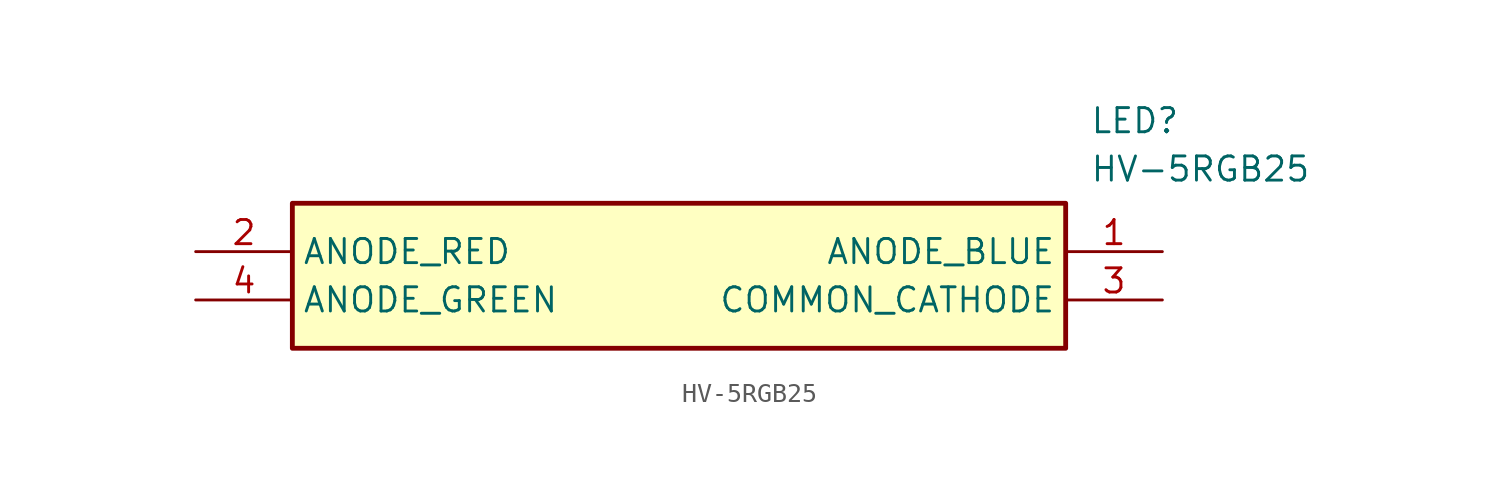
<source format=kicad_sym>
(kicad_symbol_lib
  (version 20211014)
  (generator SamacSys_ECAD_Model)
  (symbol "HV-5RGB25"
    (property "Reference" "LED"
      (at 46.99 7.62 0)
      (effects (font (size 1.27 1.27)) (justify left top)))
    (property "Value" "HV-5RGB25"
      (at 46.99 5.08 0)
      (effects (font (size 1.27 1.27)) (justify left top)))
    (rectangle
      (start 5.08 2.54)
      (end 45.72 -5.08)
      (stroke (width 0.254) (type default))
      (fill (type background)))
    (pin passive line
      (at 50.8 0 180)
      (length 5.08)
      (name "ANODE_BLUE" (effects (font (size 1.27 1.27))))
      (number "1" (effects (font (size 1.27 1.27)))))
    (pin passive line
      (at 0 0 0)
      (length 5.08)
      (name "ANODE_RED" (effects (font (size 1.27 1.27))))
      (number "2" (effects (font (size 1.27 1.27)))))
    (pin passive line
      (at 50.8 -2.54 180)
      (length 5.08)
      (name "COMMON_CATHODE" (effects (font (size 1.27 1.27))))
      (number "3" (effects (font (size 1.27 1.27)))))
    (pin passive line
      (at 0 -2.54 0)
      (length 5.08)
      (name "ANODE_GREEN" (effects (font (size 1.27 1.27))))
      (number "4" (effects (font (size 1.27 1.27)))))))
</source>
